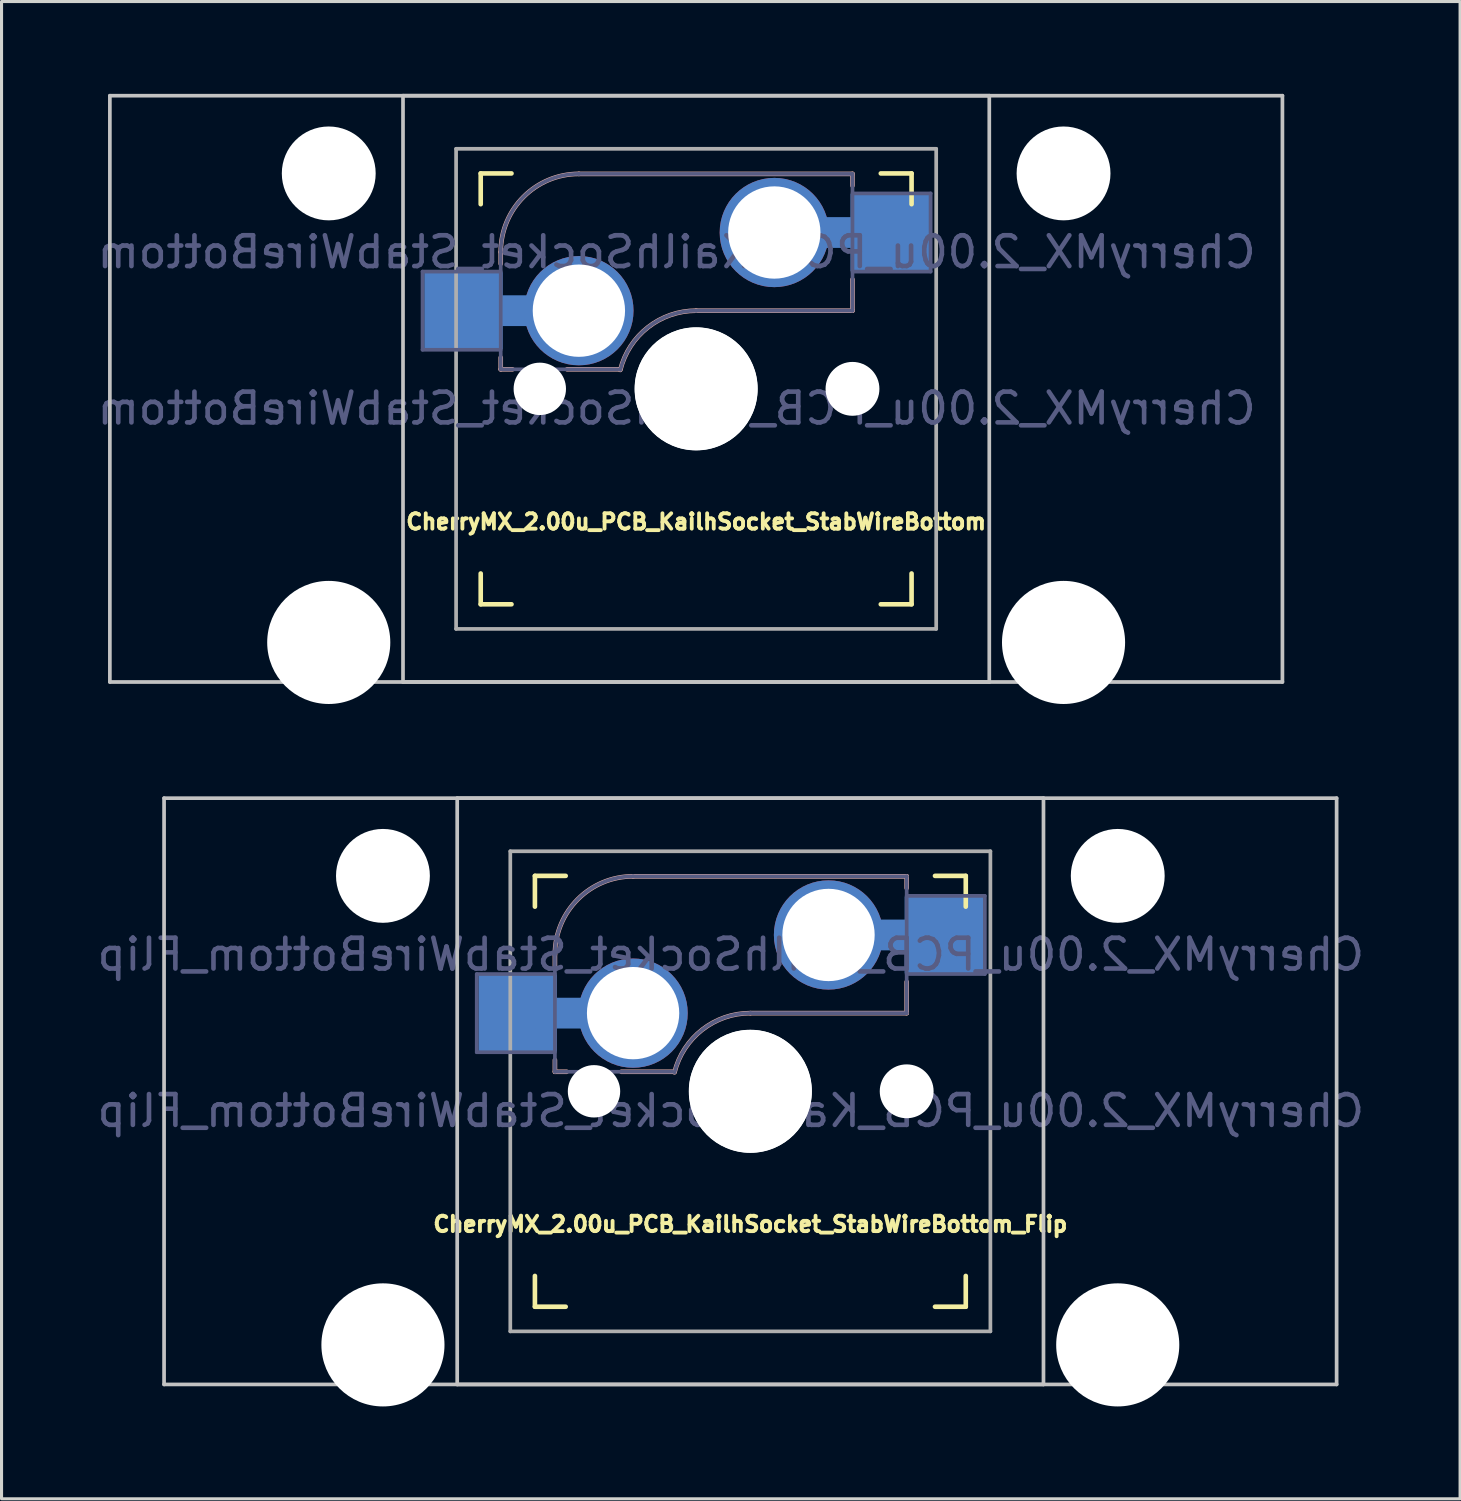
<source format=kicad_pcb>
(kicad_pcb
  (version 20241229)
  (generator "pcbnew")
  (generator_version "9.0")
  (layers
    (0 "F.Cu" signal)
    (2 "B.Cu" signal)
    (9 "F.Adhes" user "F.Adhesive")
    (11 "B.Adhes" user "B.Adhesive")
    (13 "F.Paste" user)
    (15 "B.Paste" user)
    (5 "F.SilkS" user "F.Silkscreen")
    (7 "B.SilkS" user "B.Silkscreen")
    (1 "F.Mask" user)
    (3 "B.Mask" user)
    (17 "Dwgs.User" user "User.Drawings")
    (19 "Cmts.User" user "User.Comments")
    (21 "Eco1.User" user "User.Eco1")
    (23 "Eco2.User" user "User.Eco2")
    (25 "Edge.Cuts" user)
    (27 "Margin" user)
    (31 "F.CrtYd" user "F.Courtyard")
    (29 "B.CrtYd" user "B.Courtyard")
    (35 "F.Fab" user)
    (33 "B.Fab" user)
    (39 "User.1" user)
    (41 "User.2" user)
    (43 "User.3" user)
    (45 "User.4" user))
  (footprint "CherryMX_2.00u_PCB_KailhSocket_StabWireBottom"
    (layer "F.Cu")
    (at 19.57 9.585)
    (property "Reference" "CherryMX_2.00u_PCB_KailhSocket_StabWireBottom" (at 0 4.318 0) (layer "F.SilkS") (effects (font (size 0.5 0.5) (thickness 0.125))))
    (property "Value" "CherryMX_2.00u_PCB_KailhSocket_StabWireBottom" (at 0 8.662 0) (layer "F.Fab") (hide yes) (effects (font (size 1 1) (thickness 0.15))))
    (attr through_hole)
    (fp_line (start -7 -6) (end -7 -7) (stroke (width 0.15) (type solid)) (layer "F.SilkS"))
    (fp_line (start -7 7) (end -7 6) (stroke (width 0.15) (type solid)) (layer "F.SilkS"))
    (fp_line (start -7 7) (end -6 7) (stroke (width 0.15) (type solid)) (layer "F.SilkS"))
    (fp_line (start -6 -7) (end -7 -7) (stroke (width 0.15) (type solid)) (layer "F.SilkS"))
    (fp_line (start 6 7) (end 7 7) (stroke (width 0.15) (type solid)) (layer "F.SilkS"))
    (fp_line (start 7 -7) (end 6 -7) (stroke (width 0.15) (type solid)) (layer "F.SilkS"))
    (fp_line (start 7 -7) (end 7 -6) (stroke (width 0.15) (type solid)) (layer "F.SilkS"))
    (fp_line (start 7 6) (end 7 7) (stroke (width 0.15) (type solid)) (layer "F.SilkS"))
    (fp_line (start -6.35 -4.445) (end -6.35 -4.064) (stroke (width 0.15) (type solid)) (layer "B.SilkS"))
    (fp_line (start -6.35 -1.016) (end -6.35 -0.635) (stroke (width 0.15) (type solid)) (layer "B.SilkS"))
    (fp_line (start -5.969 -0.635) (end -6.35 -0.635) (stroke (width 0.15) (type solid)) (layer "B.SilkS"))
    (fp_line (start -3.81 -6.985) (end 5.08 -6.985) (stroke (width 0.15) (type solid)) (layer "B.SilkS"))
    (fp_line (start -2.464 -0.635) (end -4.191 -0.635) (stroke (width 0.15) (type solid)) (layer "B.SilkS"))
    (fp_line (start 5.08 -6.985) (end 5.08 -6.604) (stroke (width 0.15) (type solid)) (layer "B.SilkS"))
    (fp_line (start 5.08 -3.556) (end 5.08 -2.54) (stroke (width 0.15) (type solid)) (layer "B.SilkS"))
    (fp_line (start 5.08 -2.54) (end 0 -2.54) (stroke (width 0.15) (type solid)) (layer "B.SilkS"))
    (fp_arc (start -6.35 -4.445) (mid -5.606051 -6.241051) (end -3.81 -6.985) (stroke (width 0.15) (type solid)) (layer "B.SilkS"))
    (fp_arc (start -2.464162 -0.61604) (mid -1.563147 -2.002042) (end 0 -2.54) (stroke (width 0.15) (type solid)) (layer "B.SilkS"))
    (fp_line (start -19.05 -9.525) (end 19.05 -9.525) (stroke (width 0.12) (type solid)) (layer "Dwgs.User"))
    (fp_line (start -19.05 9.525) (end -19.05 -9.525) (stroke (width 0.12) (type solid)) (layer "Dwgs.User"))
    (fp_line (start -9.525 -9.525) (end 9.525 -9.525) (stroke (width 0.12) (type solid)) (layer "Dwgs.User"))
    (fp_line (start -9.525 9.525) (end -9.525 -9.525) (stroke (width 0.12) (type solid)) (layer "Dwgs.User"))
    (fp_line (start 9.525 -9.525) (end 9.525 9.525) (stroke (width 0.12) (type solid)) (layer "Dwgs.User"))
    (fp_line (start 9.525 9.525) (end -9.525 9.525) (stroke (width 0.12) (type solid)) (layer "Dwgs.User"))
    (fp_line (start 19.05 -9.525) (end 19.05 9.525) (stroke (width 0.12) (type solid)) (layer "Dwgs.User"))
    (fp_line (start 19.05 9.525) (end -19.05 9.525) (stroke (width 0.12) (type solid)) (layer "Dwgs.User"))
    (fp_line (start -6.9 6.9) (end -6.9 -6.9) (stroke (width 0.15) (type solid)) (layer "Eco2.User"))
    (fp_line (start -6.9 6.9) (end 6.9 6.9) (stroke (width 0.15) (type solid)) (layer "Eco2.User"))
    (fp_line (start 6.9 -6.9) (end -6.9 -6.9) (stroke (width 0.15) (type solid)) (layer "Eco2.User"))
    (fp_line (start 6.9 -6.9) (end 6.9 6.9) (stroke (width 0.15) (type solid)) (layer "Eco2.User"))
    (fp_line (start -8.89 -3.81) (end -6.35 -3.81) (stroke (width 0.12) (type solid)) (layer "B.Fab"))
    (fp_line (start -8.89 -1.27) (end -8.89 -3.81) (stroke (width 0.12) (type solid)) (layer "B.Fab"))
    (fp_line (start -6.35 -1.27) (end -8.89 -1.27) (stroke (width 0.12) (type solid)) (layer "B.Fab"))
    (fp_line (start -6.35 -0.635) (end -6.35 -4.445) (stroke (width 0.12) (type solid)) (layer "B.Fab"))
    (fp_line (start -6.35 -0.635) (end -2.54 -0.635) (stroke (width 0.12) (type solid)) (layer "B.Fab"))
    (fp_line (start -3.81 -6.985) (end 5.08 -6.985) (stroke (width 0.12) (type solid)) (layer "B.Fab"))
    (fp_line (start 5.08 -6.985) (end 5.08 -2.54) (stroke (width 0.12) (type solid)) (layer "B.Fab"))
    (fp_line (start 5.08 -6.35) (end 7.62 -6.35) (stroke (width 0.12) (type solid)) (layer "B.Fab"))
    (fp_line (start 5.08 -2.54) (end 0 -2.54) (stroke (width 0.12) (type solid)) (layer "B.Fab"))
    (fp_line (start 7.62 -6.35) (end 7.62 -3.81) (stroke (width 0.12) (type solid)) (layer "B.Fab"))
    (fp_line (start 7.62 -3.81) (end 5.08 -3.81) (stroke (width 0.12) (type solid)) (layer "B.Fab"))
    (fp_arc (start -6.35 -4.445) (mid -5.606051 -6.241051) (end -3.81 -6.985) (stroke (width 0.12) (type solid)) (layer "B.Fab"))
    (fp_arc (start -2.464162 -0.61604) (mid -1.563147 -2.002042) (end 0 -2.54) (stroke (width 0.12) (type solid)) (layer "B.Fab"))
    (fp_line (start -7.8 -7.8) (end -7.8 7.8) (stroke (width 0.12) (type solid)) (layer "F.Fab"))
    (fp_line (start -7.8 -7.8) (end 7.8 -7.8) (stroke (width 0.12) (type solid)) (layer "F.Fab"))
    (fp_line (start -7.8 7.8) (end 7.8 7.8) (stroke (width 0.12) (type solid)) (layer "F.Fab"))
    (fp_line (start 7.8 -7.8) (end 7.8 7.8) (stroke (width 0.12) (type solid)) (layer "F.Fab"))
    (fp_text user "${VALUE}" (at -0.635 0.635 0) (layer "B.Fab") (effects (font (size 1 1) (thickness 0.15)) (justify mirror)))
    (fp_text user "${REFERENCE}" (at -0.635 -4.445 0) (layer "B.Fab") (effects (font (size 1 1) (thickness 0.15)) (justify mirror)))
    (pad "" np_thru_hole circle (at -11.938 -7) (size 3.05 3.05) (drill 3.05) (layers "*.Cu" "*.Mask"))
    (pad "" np_thru_hole circle (at -11.938 8.24) (size 4 4) (drill 4) (layers "*.Cu" "*.Mask"))
    (pad "" np_thru_hole circle (at -5.08 0) (size 1.702 1.702) (drill 1.702) (layers "*.Cu" "*.Mask"))
    (pad "" np_thru_hole circle (at 0 0) (size 3.988 3.988) (drill 3.988) (layers "*.Cu" "*.Mask"))
    (pad "" np_thru_hole circle (at 0 0) (size 4 4) (drill 4) (layers "*.Cu" "*.Mask"))
    (pad "" np_thru_hole circle (at 5.08 0) (size 1.702 1.702) (drill 1.702) (layers "*.Cu" "*.Mask"))
    (pad "" np_thru_hole circle (at 5.08 0) (size 1.75 1.75) (drill 1.75) (layers "*.Cu" "*.Mask"))
    (pad "" np_thru_hole circle (at 11.938 -7) (size 3.05 3.05) (drill 3.05) (layers "*.Cu" "*.Mask"))
    (pad "" np_thru_hole circle (at 11.938 8.24) (size 4 4) (drill 4) (layers "*.Cu" "*.Mask"))
    (pad "1" smd rect (at -7.56 -2.54) (size 2.55 2.5) (layers "B.Cu" "B.Mask" "B.Paste"))
    (pad "1" connect rect (at -5.715 -2.54 90) (size 1 2.5) (layers "B.Cu"))
    (pad "1" thru_hole circle (at -3.81 -2.54) (size 3.55 3.55) (drill 3) (layers "*.Cu"))
    (pad "2" thru_hole circle (at 2.54 -5.08) (size 3.55 3.55) (drill 3) (layers "*.Cu"))
    (pad "2" connect rect (at 5.015 -5.08 270) (size 1 2.5) (layers "B.Cu"))
    (pad "2" smd rect (at 6.29 -5.08) (size 2.55 2.5) (layers "B.Cu" "B.Mask" "B.Paste")))
  (footprint "CherryMX_2.00u_PCB_KailhSocket_StabWireBottom_Flip"
    (layer "F.Cu")
    (at 21.331 32.41)
    (property "Reference" "CherryMX_2.00u_PCB_KailhSocket_StabWireBottom_Flip" (at 0 4.318 0) (layer "F.SilkS") (effects (font (size 0.5 0.5) (thickness 0.125))))
    (property "Value" "CherryMX_2.00u_PCB_KailhSocket_StabWireBottom_Flip" (at 0 8.662 0) (layer "F.Fab") (hide yes) (effects (font (size 1 1) (thickness 0.15))))
    (attr through_hole)
    (fp_line (start -7 -6) (end -7 -7) (stroke (width 0.15) (type solid)) (layer "F.SilkS"))
    (fp_line (start -7 7) (end -7 6) (stroke (width 0.15) (type solid)) (layer "F.SilkS"))
    (fp_line (start -7 7) (end -6 7) (stroke (width 0.15) (type solid)) (layer "F.SilkS"))
    (fp_line (start -6 -7) (end -7 -7) (stroke (width 0.15) (type solid)) (layer "F.SilkS"))
    (fp_line (start 6 7) (end 7 7) (stroke (width 0.15) (type solid)) (layer "F.SilkS"))
    (fp_line (start 7 -7) (end 6 -7) (stroke (width 0.15) (type solid)) (layer "F.SilkS"))
    (fp_line (start 7 -7) (end 7 -6) (stroke (width 0.15) (type solid)) (layer "F.SilkS"))
    (fp_line (start 7 6) (end 7 7) (stroke (width 0.15) (type solid)) (layer "F.SilkS"))
    (fp_line (start -6.35 -4.445) (end -6.35 -4.064) (stroke (width 0.15) (type solid)) (layer "B.SilkS"))
    (fp_line (start -6.35 -1.016) (end -6.35 -0.635) (stroke (width 0.15) (type solid)) (layer "B.SilkS"))
    (fp_line (start -5.969 -0.635) (end -6.35 -0.635) (stroke (width 0.15) (type solid)) (layer "B.SilkS"))
    (fp_line (start -3.81 -6.985) (end 5.08 -6.985) (stroke (width 0.15) (type solid)) (layer "B.SilkS"))
    (fp_line (start -2.464 -0.635) (end -4.191 -0.635) (stroke (width 0.15) (type solid)) (layer "B.SilkS"))
    (fp_line (start 5.08 -6.985) (end 5.08 -6.604) (stroke (width 0.15) (type solid)) (layer "B.SilkS"))
    (fp_line (start 5.08 -3.556) (end 5.08 -2.54) (stroke (width 0.15) (type solid)) (layer "B.SilkS"))
    (fp_line (start 5.08 -2.54) (end 0 -2.54) (stroke (width 0.15) (type solid)) (layer "B.SilkS"))
    (fp_arc (start -6.35 -4.445) (mid -5.606051 -6.241051) (end -3.81 -6.985) (stroke (width 0.15) (type solid)) (layer "B.SilkS"))
    (fp_arc (start -2.464162 -0.61604) (mid -1.563147 -2.002042) (end 0 -2.54) (stroke (width 0.15) (type solid)) (layer "B.SilkS"))
    (fp_line (start -19.05 -9.525) (end 19.05 -9.525) (stroke (width 0.12) (type solid)) (layer "Dwgs.User"))
    (fp_line (start -19.05 9.525) (end -19.05 -9.525) (stroke (width 0.12) (type solid)) (layer "Dwgs.User"))
    (fp_line (start -9.525 -9.525) (end 9.525 -9.525) (stroke (width 0.12) (type solid)) (layer "Dwgs.User"))
    (fp_line (start -9.525 9.525) (end -9.525 -9.525) (stroke (width 0.12) (type solid)) (layer "Dwgs.User"))
    (fp_line (start 9.525 -9.525) (end 9.525 9.525) (stroke (width 0.12) (type solid)) (layer "Dwgs.User"))
    (fp_line (start 9.525 9.525) (end -9.525 9.525) (stroke (width 0.12) (type solid)) (layer "Dwgs.User"))
    (fp_line (start 19.05 -9.525) (end 19.05 9.525) (stroke (width 0.12) (type solid)) (layer "Dwgs.User"))
    (fp_line (start 19.05 9.525) (end -19.05 9.525) (stroke (width 0.12) (type solid)) (layer "Dwgs.User"))
    (fp_line (start -6.9 6.9) (end -6.9 -6.9) (stroke (width 0.15) (type solid)) (layer "Eco2.User"))
    (fp_line (start -6.9 6.9) (end 6.9 6.9) (stroke (width 0.15) (type solid)) (layer "Eco2.User"))
    (fp_line (start 6.9 -6.9) (end -6.9 -6.9) (stroke (width 0.15) (type solid)) (layer "Eco2.User"))
    (fp_line (start 6.9 -6.9) (end 6.9 6.9) (stroke (width 0.15) (type solid)) (layer "Eco2.User"))
    (fp_line (start -8.89 -3.81) (end -6.35 -3.81) (stroke (width 0.12) (type solid)) (layer "B.Fab"))
    (fp_line (start -8.89 -1.27) (end -8.89 -3.81) (stroke (width 0.12) (type solid)) (layer "B.Fab"))
    (fp_line (start -6.35 -1.27) (end -8.89 -1.27) (stroke (width 0.12) (type solid)) (layer "B.Fab"))
    (fp_line (start -6.35 -0.635) (end -6.35 -4.445) (stroke (width 0.12) (type solid)) (layer "B.Fab"))
    (fp_line (start -6.35 -0.635) (end -2.54 -0.635) (stroke (width 0.12) (type solid)) (layer "B.Fab"))
    (fp_line (start -3.81 -6.985) (end 5.08 -6.985) (stroke (width 0.12) (type solid)) (layer "B.Fab"))
    (fp_line (start 5.08 -6.985) (end 5.08 -2.54) (stroke (width 0.12) (type solid)) (layer "B.Fab"))
    (fp_line (start 5.08 -6.35) (end 7.62 -6.35) (stroke (width 0.12) (type solid)) (layer "B.Fab"))
    (fp_line (start 5.08 -2.54) (end 0 -2.54) (stroke (width 0.12) (type solid)) (layer "B.Fab"))
    (fp_line (start 7.62 -6.35) (end 7.62 -3.81) (stroke (width 0.12) (type solid)) (layer "B.Fab"))
    (fp_line (start 7.62 -3.81) (end 5.08 -3.81) (stroke (width 0.12) (type solid)) (layer "B.Fab"))
    (fp_arc (start -6.35 -4.445) (mid -5.606051 -6.241051) (end -3.81 -6.985) (stroke (width 0.12) (type solid)) (layer "B.Fab"))
    (fp_arc (start -2.464162 -0.61604) (mid -1.563147 -2.002042) (end 0 -2.54) (stroke (width 0.12) (type solid)) (layer "B.Fab"))
    (fp_line (start -7.8 -7.8) (end -7.8 7.8) (stroke (width 0.12) (type solid)) (layer "F.Fab"))
    (fp_line (start -7.8 -7.8) (end 7.8 -7.8) (stroke (width 0.12) (type solid)) (layer "F.Fab"))
    (fp_line (start -7.8 7.8) (end 7.8 7.8) (stroke (width 0.12) (type solid)) (layer "F.Fab"))
    (fp_line (start 7.8 -7.8) (end 7.8 7.8) (stroke (width 0.12) (type solid)) (layer "F.Fab"))
    (fp_text user "${VALUE}" (at -0.635 0.635 0) (layer "B.Fab") (effects (font (size 1 1) (thickness 0.15)) (justify mirror)))
    (fp_text user "${REFERENCE}" (at -0.635 -4.445 0) (layer "B.Fab") (effects (font (size 1 1) (thickness 0.15)) (justify mirror)))
    (pad "" np_thru_hole circle (at -11.938 -7) (size 3.05 3.05) (drill 3.05) (layers "*.Cu" "*.Mask"))
    (pad "" np_thru_hole circle (at -11.938 8.24) (size 4 4) (drill 4) (layers "*.Cu" "*.Mask"))
    (pad "" np_thru_hole circle (at -5.08 0) (size 1.702 1.702) (drill 1.702) (layers "*.Cu" "*.Mask"))
    (pad "" np_thru_hole circle (at 0 0) (size 3.988 3.988) (drill 3.988) (layers "*.Cu" "*.Mask"))
    (pad "" np_thru_hole circle (at 0 0) (size 4 4) (drill 4) (layers "*.Cu" "*.Mask"))
    (pad "" np_thru_hole circle (at 5.08 0) (size 1.702 1.702) (drill 1.702) (layers "*.Cu" "*.Mask"))
    (pad "" np_thru_hole circle (at 5.08 0) (size 1.75 1.75) (drill 1.75) (layers "*.Cu" "*.Mask"))
    (pad "" np_thru_hole circle (at 11.938 -7) (size 3.05 3.05) (drill 3.05) (layers "*.Cu" "*.Mask"))
    (pad "" np_thru_hole circle (at 11.938 8.24) (size 4 4) (drill 4) (layers "*.Cu" "*.Mask"))
    (pad "1" thru_hole circle (at 2.54 -5.08) (size 3.55 3.55) (drill 3) (layers "*.Cu"))
    (pad "1" connect rect (at 5.015 -5.08 270) (size 1 2.5) (layers "B.Cu"))
    (pad "1" smd rect (at 6.29 -5.08) (size 2.55 2.5) (layers "B.Cu" "B.Mask" "B.Paste"))
    (pad "2" smd rect (at -7.56 -2.54) (size 2.55 2.5) (layers "B.Cu" "B.Mask" "B.Paste"))
    (pad "2" connect rect (at -5.715 -2.54 90) (size 1 2.5) (layers "B.Cu"))
    (pad "2" thru_hole circle (at -3.81 -2.54) (size 3.55 3.55) (drill 3) (layers "*.Cu")))
  (gr_rect
    (start -3 -3)
    (end 44.393 45.65)
    (stroke (width 0.1) (type default))
    (fill no)
    (layer "Edge.Cuts")))
</source>
